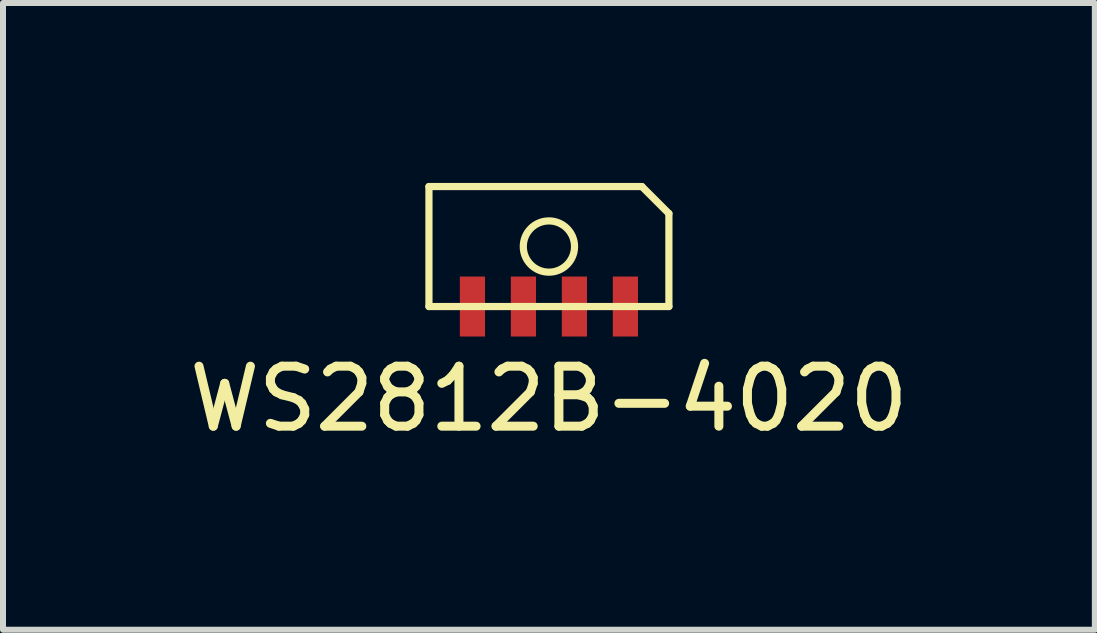
<source format=kicad_pcb>
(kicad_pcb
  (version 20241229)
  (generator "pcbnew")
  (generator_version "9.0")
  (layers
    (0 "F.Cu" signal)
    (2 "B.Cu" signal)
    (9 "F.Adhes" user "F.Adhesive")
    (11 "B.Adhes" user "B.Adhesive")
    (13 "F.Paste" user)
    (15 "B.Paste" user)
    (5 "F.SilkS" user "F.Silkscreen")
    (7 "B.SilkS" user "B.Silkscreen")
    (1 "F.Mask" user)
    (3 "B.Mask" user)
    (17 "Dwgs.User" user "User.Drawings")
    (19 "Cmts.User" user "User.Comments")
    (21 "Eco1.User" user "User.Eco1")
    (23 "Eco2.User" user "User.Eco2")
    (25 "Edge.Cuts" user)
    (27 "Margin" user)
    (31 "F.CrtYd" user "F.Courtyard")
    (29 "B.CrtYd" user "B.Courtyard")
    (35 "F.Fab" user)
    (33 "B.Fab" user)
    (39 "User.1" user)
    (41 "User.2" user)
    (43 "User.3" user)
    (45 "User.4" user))
  (footprint "WS2812B-4020"
    (layer "F.Cu")
    (at 6.101 1.06)
    (property "Reference" "WS2812B-4020" (at 0 2.54 0) (layer "F.SilkS") (effects (font (size 1 1) (thickness 0.15))))
    (attr through_hole)
    (fp_line (start -2 -1) (end -2 1) (stroke (width 0.12) (type solid)) (layer "F.SilkS"))
    (fp_line (start -2 1) (end 2 1) (stroke (width 0.12) (type solid)) (layer "F.SilkS"))
    (fp_line (start 1.55 -1) (end -2 -1) (stroke (width 0.12) (type solid)) (layer "F.SilkS"))
    (fp_line (start 2 -0.55) (end 1.55 -1) (stroke (width 0.12) (type solid)) (layer "F.SilkS"))
    (fp_line (start 2 1) (end 2 -0.55) (stroke (width 0.12) (type solid)) (layer "F.SilkS"))
    (fp_circle (center 0 0) (end 0.4 0.15) (stroke (width 0.12) (type solid)) (fill no) (layer "F.SilkS"))
    (pad "1" smd rect (at -1.275 1) (size 0.42 1) (layers "F.Cu" "F.Mask" "F.Paste"))
    (pad "2" smd rect (at -0.425 1) (size 0.42 1) (layers "F.Cu" "F.Mask" "F.Paste"))
    (pad "3" smd rect (at 0.425 1) (size 0.42 1) (layers "F.Cu" "F.Mask" "F.Paste"))
    (pad "4" smd rect (at 1.275 1) (size 0.42 1) (layers "F.Cu" "F.Mask" "F.Paste")))
  (gr_rect
    (start -3 -3)
    (end 15.202 7.448)
    (stroke (width 0.1) (type default))
    (fill no)
    (layer "Edge.Cuts")))
</source>
